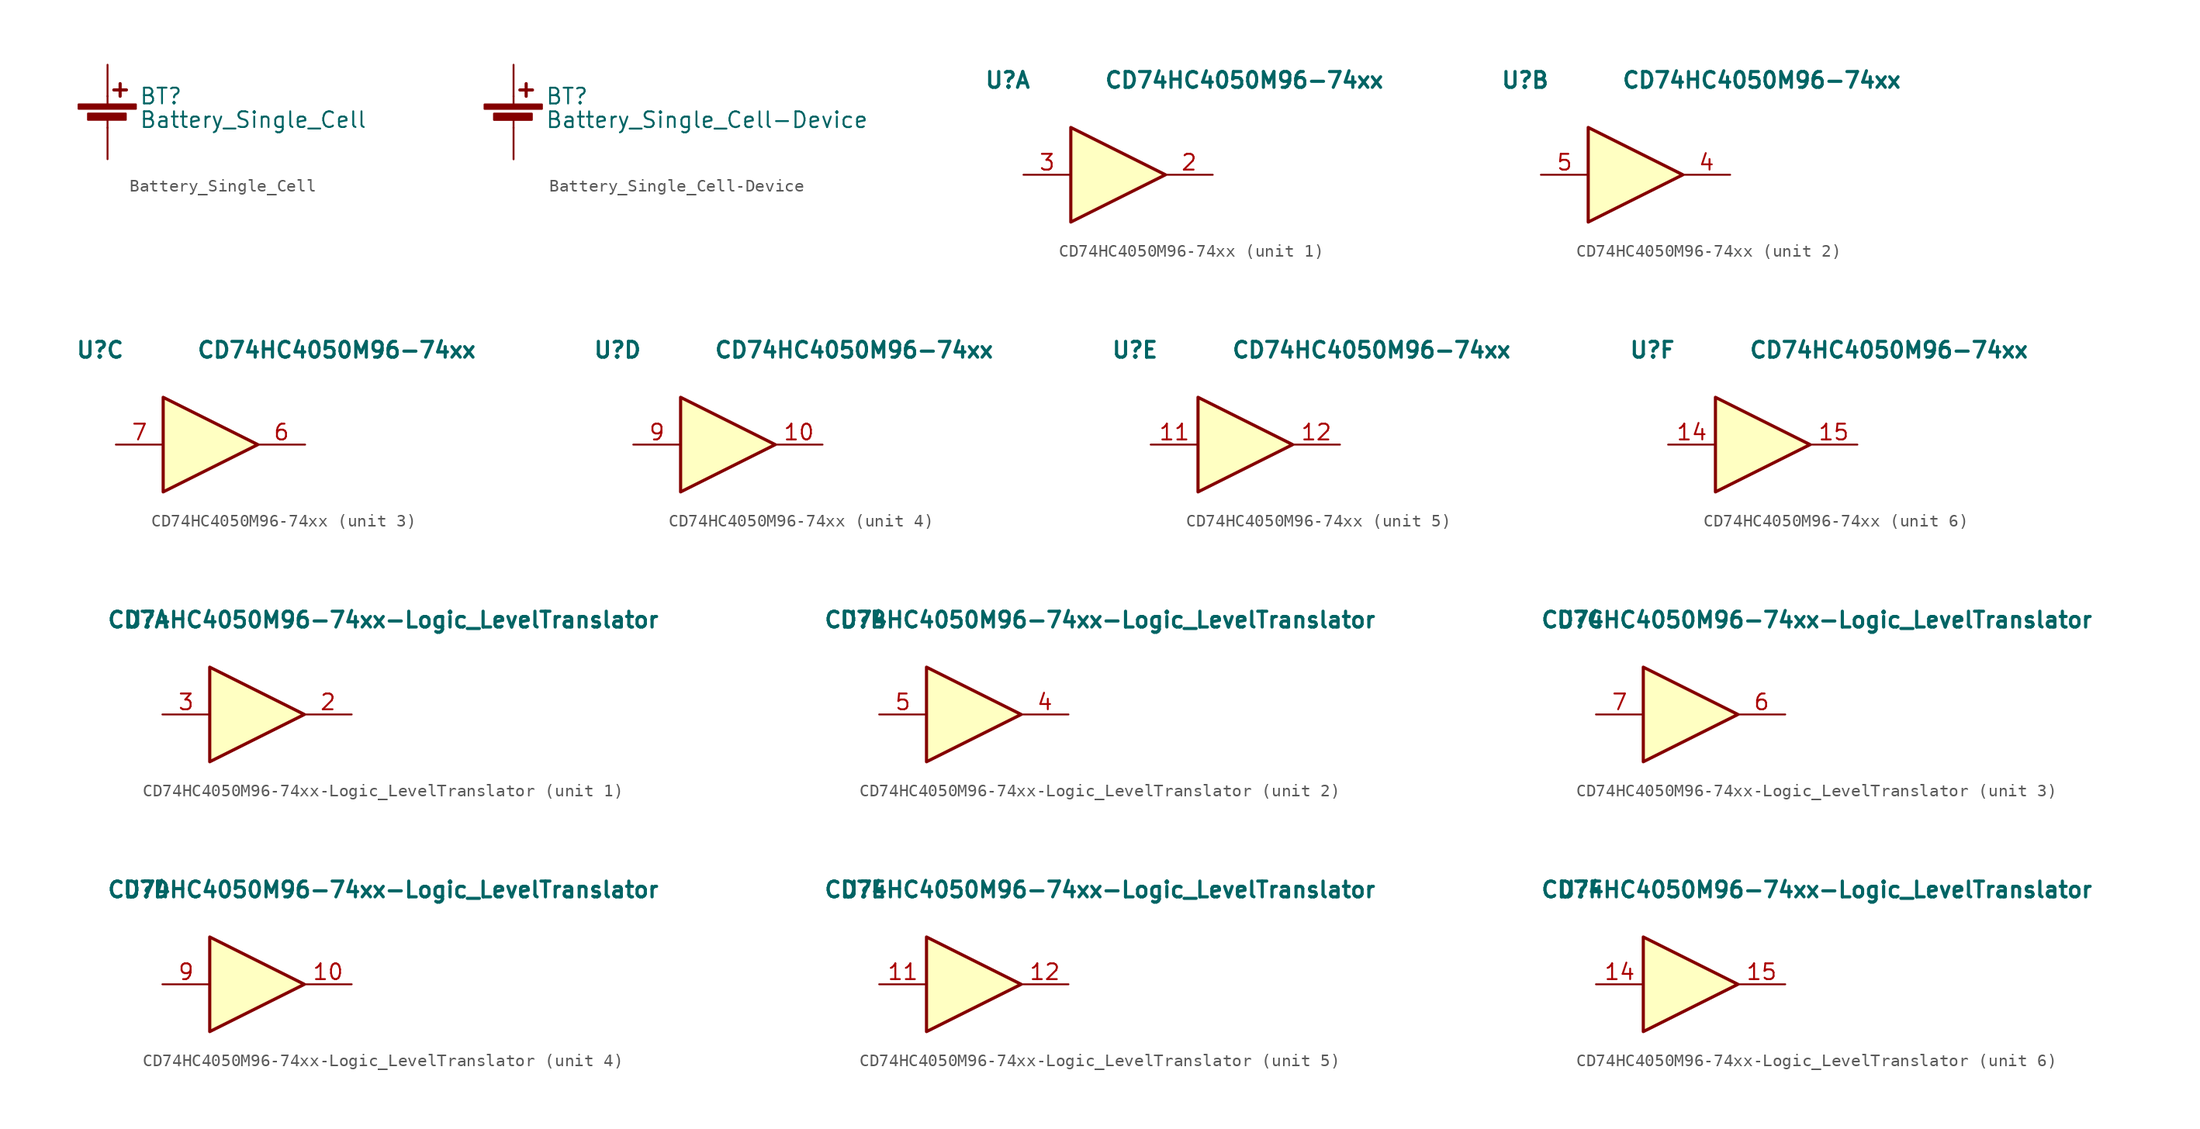
<source format=kicad_sym>
(kicad_symbol_lib
  (version 20211014)
  (generator kicad_symbol_editor)
  (symbol "Battery_Single_Cell"
    (pin_numbers hide)
    (pin_names
      (offset 0))
    (property "Reference" "BT"
      (at 2.54 1.27 0)
      (effects (font (size 1.27 1.27)) (justify left)))
    (property "Value" "Battery_Single_Cell"
      (at 2.54 -0.635 0)
      (effects (font (size 1.27 1.27)) (justify left)))
    (property "Footprint" ""
      (at 0 1.016 90)
      (effects (font (size 1.27 1.27))))
    (property "Datasheet" ""
      (at 0 1.016 90)
      (effects (font (size 1.27 1.27))))
    (symbol "Battery_Single_Cell_0_1"
      (rectangle (start -2.337 0.61) (end 2.286 0.254) (stroke (width 0) (type default) (color 0 0 0 0)) (fill (type outline)))
      (rectangle (start -1.575 -0.127) (end 1.473 -0.635) (stroke (width 0) (type default) (color 0 0 0 0)) (fill (type outline)))
      (polyline (pts (xy 0 -1.27) (xy 0 -0.508)) (stroke (width 0) (type default) (color 0 0 0 0)) (fill (type none)))
      (polyline (pts (xy 0 1.27) (xy 0 0.635)) (stroke (width 0) (type default) (color 0 0 0 0)) (fill (type none)))
      (polyline (pts (xy 0.508 1.778) (xy 1.524 1.778)) (stroke (width 0.254) (type default) (color 0 0 0 0)) (fill (type none)))
      (polyline (pts (xy 1.016 2.286) (xy 1.016 1.27)) (stroke (width 0.254) (type default) (color 0 0 0 0)) (fill (type none))))
    (symbol "Battery_Single_Cell_1_1"
      (pin passive line (at 0 3.81 270) (length 2.54) (name "~" (effects (font (size 1.27 1.27)))) (number "1" (effects (font (size 1.27 1.27)))))
      (pin passive line (at 0 -3.81 90) (length 2.54) (name "~" (effects (font (size 1.27 1.27)))) (number "2" (effects (font (size 1.27 1.27)))))))
  (symbol "Battery_Single_Cell-Device"
    (pin_numbers hide)
    (pin_names
      (offset 0))
    (property "Reference" "BT"
      (at 2.54 1.27 0)
      (effects (font (size 1.27 1.27)) (justify left)))
    (property "Value" "Battery_Single_Cell-Device"
      (at 2.54 -0.635 0)
      (effects (font (size 1.27 1.27)) (justify left)))
    (property "Footprint" ""
      (at 0 1.016 90)
      (effects (font (size 1.27 1.27))))
    (property "Datasheet" ""
      (at 0 1.016 90)
      (effects (font (size 1.27 1.27))))
    (symbol "Battery_Single_Cell-Device_0_1"
      (rectangle (start -2.337 0.61) (end 2.286 0.254) (stroke (width 0) (type default) (color 0 0 0 0)) (fill (type outline)))
      (rectangle (start -1.575 -0.127) (end 1.473 -0.635) (stroke (width 0) (type default) (color 0 0 0 0)) (fill (type outline)))
      (polyline (pts (xy 0 -1.27) (xy 0 -0.508)) (stroke (width 0) (type default) (color 0 0 0 0)) (fill (type none)))
      (polyline (pts (xy 0 1.27) (xy 0 0.635)) (stroke (width 0) (type default) (color 0 0 0 0)) (fill (type none)))
      (polyline (pts (xy 0.508 1.778) (xy 1.524 1.778)) (stroke (width 0.254) (type default) (color 0 0 0 0)) (fill (type none)))
      (polyline (pts (xy 1.016 2.286) (xy 1.016 1.27)) (stroke (width 0.254) (type default) (color 0 0 0 0)) (fill (type none))))
    (symbol "Battery_Single_Cell-Device_1_1"
      (pin passive line (at 0 3.81 270) (length 2.54) (name "~" (effects (font (size 1.27 1.27)))) (number "1" (effects (font (size 1.27 1.27)))))
      (pin passive line (at 0 -3.81 90) (length 2.54) (name "~" (effects (font (size 1.27 1.27)))) (number "2" (effects (font (size 1.27 1.27)))))))
  (symbol "CD74HC4050M96-74xx"
    (pin_names
      (offset 0))
    (property "Reference" "U"
      (at -8.89 7.62 0)
      (effects (font (size 1.27 1.27) bold)))
    (property "Value" "CD74HC4050M96-74xx"
      (at 10.16 7.62 0)
      (effects (font (size 1.27 1.27) bold)))
    (property "ki_locked" ""
      (at 0 0 0)
      (effects (font (size 1.27 1.27))))
    (symbol "CD74HC4050M96-74xx_0_0"
      (pin power_in line (at 0 2.54 270) (length 0) hide (name "Vcc" (effects (font (size 0.711 0.711)))) (number "1" (effects (font (size 1.27 1.27)))))
      (pin power_in line (at 0 -2.54 90) (length 0) hide (name "GND" (effects (font (size 0.711 0.711)))) (number "8" (effects (font (size 1.27 1.27))))))
    (symbol "CD74HC4050M96-74xx_1_0"
      (polyline (pts (xy -3.81 3.81) (xy -3.81 -3.81) (xy 3.81 0) (xy -3.81 3.81)) (stroke (width 0.254) (type default) (color 0 0 0 0)) (fill (type background)))
      (pin no_connect line (at -8.89 2.54 0) (length 5.08) hide (name "~" (effects (font (size 1.27 1.27)))) (number "13" (effects (font (size 1.27 1.27)))))
      (pin no_connect line (at -8.89 -2.54 0) (length 5.08) hide (name "~" (effects (font (size 1.27 1.27)))) (number "16" (effects (font (size 1.27 1.27)))))
      (pin output line (at 7.62 0 180) (length 3.81) (name "~" (effects (font (size 1.27 1.27)))) (number "2" (effects (font (size 1.27 1.27)))))
      (pin input line (at -7.62 0 0) (length 3.81) (name "~" (effects (font (size 1.27 1.27)))) (number "3" (effects (font (size 1.27 1.27))))))
    (symbol "CD74HC4050M96-74xx_2_0"
      (polyline (pts (xy -3.81 3.81) (xy -3.81 -3.81) (xy 3.81 0) (xy -3.81 3.81)) (stroke (width 0.254) (type default) (color 0 0 0 0)) (fill (type background)))
      (pin output line (at 7.62 0 180) (length 3.81) (name "~" (effects (font (size 1.27 1.27)))) (number "4" (effects (font (size 1.27 1.27)))))
      (pin input line (at -7.62 0 0) (length 3.81) (name "~" (effects (font (size 1.27 1.27)))) (number "5" (effects (font (size 1.27 1.27))))))
    (symbol "CD74HC4050M96-74xx_3_0"
      (polyline (pts (xy -3.81 3.81) (xy -3.81 -3.81) (xy 3.81 0) (xy -3.81 3.81)) (stroke (width 0.254) (type default) (color 0 0 0 0)) (fill (type background)))
      (pin output line (at 7.62 0 180) (length 3.81) (name "~" (effects (font (size 1.27 1.27)))) (number "6" (effects (font (size 1.27 1.27)))))
      (pin input line (at -7.62 0 0) (length 3.81) (name "~" (effects (font (size 1.27 1.27)))) (number "7" (effects (font (size 1.27 1.27))))))
    (symbol "CD74HC4050M96-74xx_4_0"
      (polyline (pts (xy -3.81 3.81) (xy -3.81 -3.81) (xy 3.81 0) (xy -3.81 3.81)) (stroke (width 0.254) (type default) (color 0 0 0 0)) (fill (type background)))
      (pin output line (at 7.62 0 180) (length 3.81) (name "~" (effects (font (size 1.27 1.27)))) (number "10" (effects (font (size 1.27 1.27)))))
      (pin input line (at -7.62 0 0) (length 3.81) (name "~" (effects (font (size 1.27 1.27)))) (number "9" (effects (font (size 1.27 1.27))))))
    (symbol "CD74HC4050M96-74xx_5_0"
      (polyline (pts (xy -3.81 3.81) (xy -3.81 -3.81) (xy 3.81 0) (xy -3.81 3.81)) (stroke (width 0.254) (type default) (color 0 0 0 0)) (fill (type background)))
      (pin input line (at -7.62 0 0) (length 3.81) (name "~" (effects (font (size 1.27 1.27)))) (number "11" (effects (font (size 1.27 1.27)))))
      (pin output line (at 7.62 0 180) (length 3.81) (name "~" (effects (font (size 1.27 1.27)))) (number "12" (effects (font (size 1.27 1.27))))))
    (symbol "CD74HC4050M96-74xx_6_0"
      (polyline (pts (xy -3.81 3.81) (xy -3.81 -3.81) (xy 3.81 0) (xy -3.81 3.81)) (stroke (width 0.254) (type default) (color 0 0 0 0)) (fill (type background)))
      (pin input line (at -7.62 0 0) (length 3.81) (name "~" (effects (font (size 1.27 1.27)))) (number "14" (effects (font (size 1.27 1.27)))))
      (pin output line (at 7.62 0 180) (length 3.81) (name "~" (effects (font (size 1.27 1.27)))) (number "15" (effects (font (size 1.27 1.27)))))))
  (symbol "CD74HC4050M96-74xx-Logic_LevelTranslator"
    (pin_names
      (offset 0))
    (property "Reference" "U"
      (at -8.89 7.62 0)
      (effects (font (size 1.27 1.27) bold)))
    (property "Value" "CD74HC4050M96-74xx-Logic_LevelTranslator"
      (at 10.16 7.62 0)
      (effects (font (size 1.27 1.27) bold)))
    (property "ki_locked" ""
      (at 0 0 0)
      (effects (font (size 1.27 1.27))))
    (symbol "CD74HC4050M96-74xx-Logic_LevelTranslator_0_0"
      (pin power_in line (at 0 2.54 270) (length 0) hide (name "Vcc" (effects (font (size 0.711 0.711)))) (number "1" (effects (font (size 1.27 1.27)))))
      (pin power_in line (at 0 -2.54 90) (length 0) hide (name "GND" (effects (font (size 0.711 0.711)))) (number "8" (effects (font (size 1.27 1.27))))))
    (symbol "CD74HC4050M96-74xx-Logic_LevelTranslator_1_0"
      (polyline (pts (xy -3.81 3.81) (xy -3.81 -3.81) (xy 3.81 0) (xy -3.81 3.81)) (stroke (width 0.254) (type default) (color 0 0 0 0)) (fill (type background)))
      (pin no_connect line (at -8.89 2.54 0) (length 5.08) hide (name "~" (effects (font (size 1.27 1.27)))) (number "13" (effects (font (size 1.27 1.27)))))
      (pin no_connect line (at -8.89 -2.54 0) (length 5.08) hide (name "~" (effects (font (size 1.27 1.27)))) (number "16" (effects (font (size 1.27 1.27)))))
      (pin output line (at 7.62 0 180) (length 3.81) (name "~" (effects (font (size 1.27 1.27)))) (number "2" (effects (font (size 1.27 1.27)))))
      (pin input line (at -7.62 0 0) (length 3.81) (name "~" (effects (font (size 1.27 1.27)))) (number "3" (effects (font (size 1.27 1.27))))))
    (symbol "CD74HC4050M96-74xx-Logic_LevelTranslator_2_0"
      (polyline (pts (xy -3.81 3.81) (xy -3.81 -3.81) (xy 3.81 0) (xy -3.81 3.81)) (stroke (width 0.254) (type default) (color 0 0 0 0)) (fill (type background)))
      (pin output line (at 7.62 0 180) (length 3.81) (name "~" (effects (font (size 1.27 1.27)))) (number "4" (effects (font (size 1.27 1.27)))))
      (pin input line (at -7.62 0 0) (length 3.81) (name "~" (effects (font (size 1.27 1.27)))) (number "5" (effects (font (size 1.27 1.27))))))
    (symbol "CD74HC4050M96-74xx-Logic_LevelTranslator_3_0"
      (polyline (pts (xy -3.81 3.81) (xy -3.81 -3.81) (xy 3.81 0) (xy -3.81 3.81)) (stroke (width 0.254) (type default) (color 0 0 0 0)) (fill (type background)))
      (pin output line (at 7.62 0 180) (length 3.81) (name "~" (effects (font (size 1.27 1.27)))) (number "6" (effects (font (size 1.27 1.27)))))
      (pin input line (at -7.62 0 0) (length 3.81) (name "~" (effects (font (size 1.27 1.27)))) (number "7" (effects (font (size 1.27 1.27))))))
    (symbol "CD74HC4050M96-74xx-Logic_LevelTranslator_4_0"
      (polyline (pts (xy -3.81 3.81) (xy -3.81 -3.81) (xy 3.81 0) (xy -3.81 3.81)) (stroke (width 0.254) (type default) (color 0 0 0 0)) (fill (type background)))
      (pin output line (at 7.62 0 180) (length 3.81) (name "~" (effects (font (size 1.27 1.27)))) (number "10" (effects (font (size 1.27 1.27)))))
      (pin input line (at -7.62 0 0) (length 3.81) (name "~" (effects (font (size 1.27 1.27)))) (number "9" (effects (font (size 1.27 1.27))))))
    (symbol "CD74HC4050M96-74xx-Logic_LevelTranslator_5_0"
      (polyline (pts (xy -3.81 3.81) (xy -3.81 -3.81) (xy 3.81 0) (xy -3.81 3.81)) (stroke (width 0.254) (type default) (color 0 0 0 0)) (fill (type background)))
      (pin input line (at -7.62 0 0) (length 3.81) (name "~" (effects (font (size 1.27 1.27)))) (number "11" (effects (font (size 1.27 1.27)))))
      (pin output line (at 7.62 0 180) (length 3.81) (name "~" (effects (font (size 1.27 1.27)))) (number "12" (effects (font (size 1.27 1.27))))))
    (symbol "CD74HC4050M96-74xx-Logic_LevelTranslator_6_0"
      (polyline (pts (xy -3.81 3.81) (xy -3.81 -3.81) (xy 3.81 0) (xy -3.81 3.81)) (stroke (width 0.254) (type default) (color 0 0 0 0)) (fill (type background)))
      (pin input line (at -7.62 0 0) (length 3.81) (name "~" (effects (font (size 1.27 1.27)))) (number "14" (effects (font (size 1.27 1.27)))))
      (pin output line (at 7.62 0 180) (length 3.81) (name "~" (effects (font (size 1.27 1.27)))) (number "15" (effects (font (size 1.27 1.27))))))))
</source>
